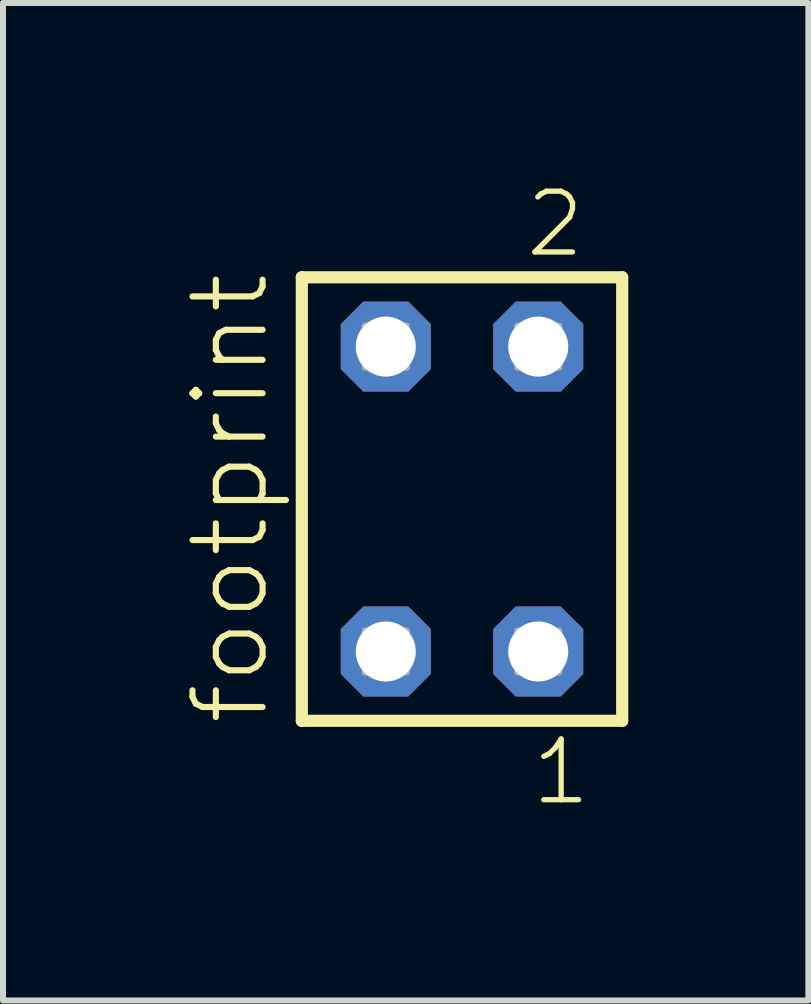
<source format=kicad_pcb>
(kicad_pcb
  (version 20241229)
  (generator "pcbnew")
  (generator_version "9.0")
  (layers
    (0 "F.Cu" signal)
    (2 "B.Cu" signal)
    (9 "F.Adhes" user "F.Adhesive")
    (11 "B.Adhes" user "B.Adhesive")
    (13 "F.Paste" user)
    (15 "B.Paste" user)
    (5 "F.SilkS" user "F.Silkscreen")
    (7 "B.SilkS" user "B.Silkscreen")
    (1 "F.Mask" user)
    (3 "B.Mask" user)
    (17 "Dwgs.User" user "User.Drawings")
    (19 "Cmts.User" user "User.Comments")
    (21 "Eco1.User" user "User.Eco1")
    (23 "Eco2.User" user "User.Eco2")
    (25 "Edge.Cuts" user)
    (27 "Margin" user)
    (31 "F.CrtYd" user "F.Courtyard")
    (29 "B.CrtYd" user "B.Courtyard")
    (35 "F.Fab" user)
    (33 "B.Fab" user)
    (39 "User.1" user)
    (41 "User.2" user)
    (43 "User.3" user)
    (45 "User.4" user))
  (footprint "footprint"
    (layer "F.Cu")
    (at 4.648 5.265)
    (property "Reference" "footprint" (at -3.175 3.81 90) (layer "F.SilkS") (effects (font (size 1.168 1.168) (thickness 0.102)) (justify left bottom)))
    (fp_line (start -2.669 -3.695) (end 2.669 -3.695) (stroke (width 0.203) (type solid)) (layer "F.SilkS"))
    (fp_line (start -2.669 3.695) (end -2.669 -3.695) (stroke (width 0.203) (type solid)) (layer "F.SilkS"))
    (fp_line (start 2.669 -3.695) (end 2.669 3.695) (stroke (width 0.203) (type solid)) (layer "F.SilkS"))
    (fp_line (start 2.669 3.695) (end -2.669 3.695) (stroke (width 0.203) (type solid)) (layer "F.SilkS"))
    (fp_poly (pts (xy -1.62 -2.19) (xy -0.92 -2.19) (xy -0.92 -2.89) (xy -1.62 -2.89)) (stroke (width 0.1) (type solid)) (fill no) (layer "F.Fab"))
    (fp_poly (pts (xy -1.62 2.89) (xy -0.92 2.89) (xy -0.92 2.19) (xy -1.62 2.19)) (stroke (width 0.1) (type solid)) (fill no) (layer "F.Fab"))
    (fp_poly (pts (xy 0.92 -2.19) (xy 1.62 -2.19) (xy 1.62 -2.89) (xy 0.92 -2.89)) (stroke (width 0.1) (type solid)) (fill no) (layer "F.Fab"))
    (fp_poly (pts (xy 0.92 2.89) (xy 1.62 2.89) (xy 1.62 2.19) (xy 0.92 2.19)) (stroke (width 0.1) (type solid)) (fill no) (layer "F.Fab"))
    (fp_text user "1" (at 1.112 5.138 0) (layer "F.SilkS") (effects (font (size 1.012 1.012) (thickness 0.088)) (justify left bottom)))
    (fp_text user "2" (at 1.012 -3.989 0) (layer "F.SilkS") (effects (font (size 1.012 1.012) (thickness 0.088)) (justify left bottom)))
    (pad "1" thru_hole roundrect (at 1.27 2.54 180) (size 1.5 1.5) (drill 1) (layers "*.Cu" "*.Mask") (roundrect_rratio 0.25) (chamfer_ratio 0.25) (chamfer top_left top_right bottom_left bottom_right))
    (pad "2" thru_hole roundrect (at 1.27 -2.54 180) (size 1.5 1.5) (drill 1) (layers "*.Cu" "*.Mask") (roundrect_rratio 0.25) (chamfer_ratio 0.25) (chamfer top_left top_right bottom_left bottom_right))
    (pad "3" thru_hole roundrect (at -1.27 2.54 180) (size 1.5 1.5) (drill 1) (layers "*.Cu" "*.Mask") (roundrect_rratio 0.25) (chamfer_ratio 0.25) (chamfer top_left top_right bottom_left bottom_right))
    (pad "4" thru_hole roundrect (at -1.27 -2.54 180) (size 1.5 1.5) (drill 1) (layers "*.Cu" "*.Mask") (roundrect_rratio 0.25) (chamfer_ratio 0.25) (chamfer top_left top_right bottom_left bottom_right)))
  (gr_rect
    (start -3 -3)
    (end 10.419 13.62)
    (stroke (width 0.1) (type default))
    (fill no)
    (layer "Edge.Cuts")))
</source>
